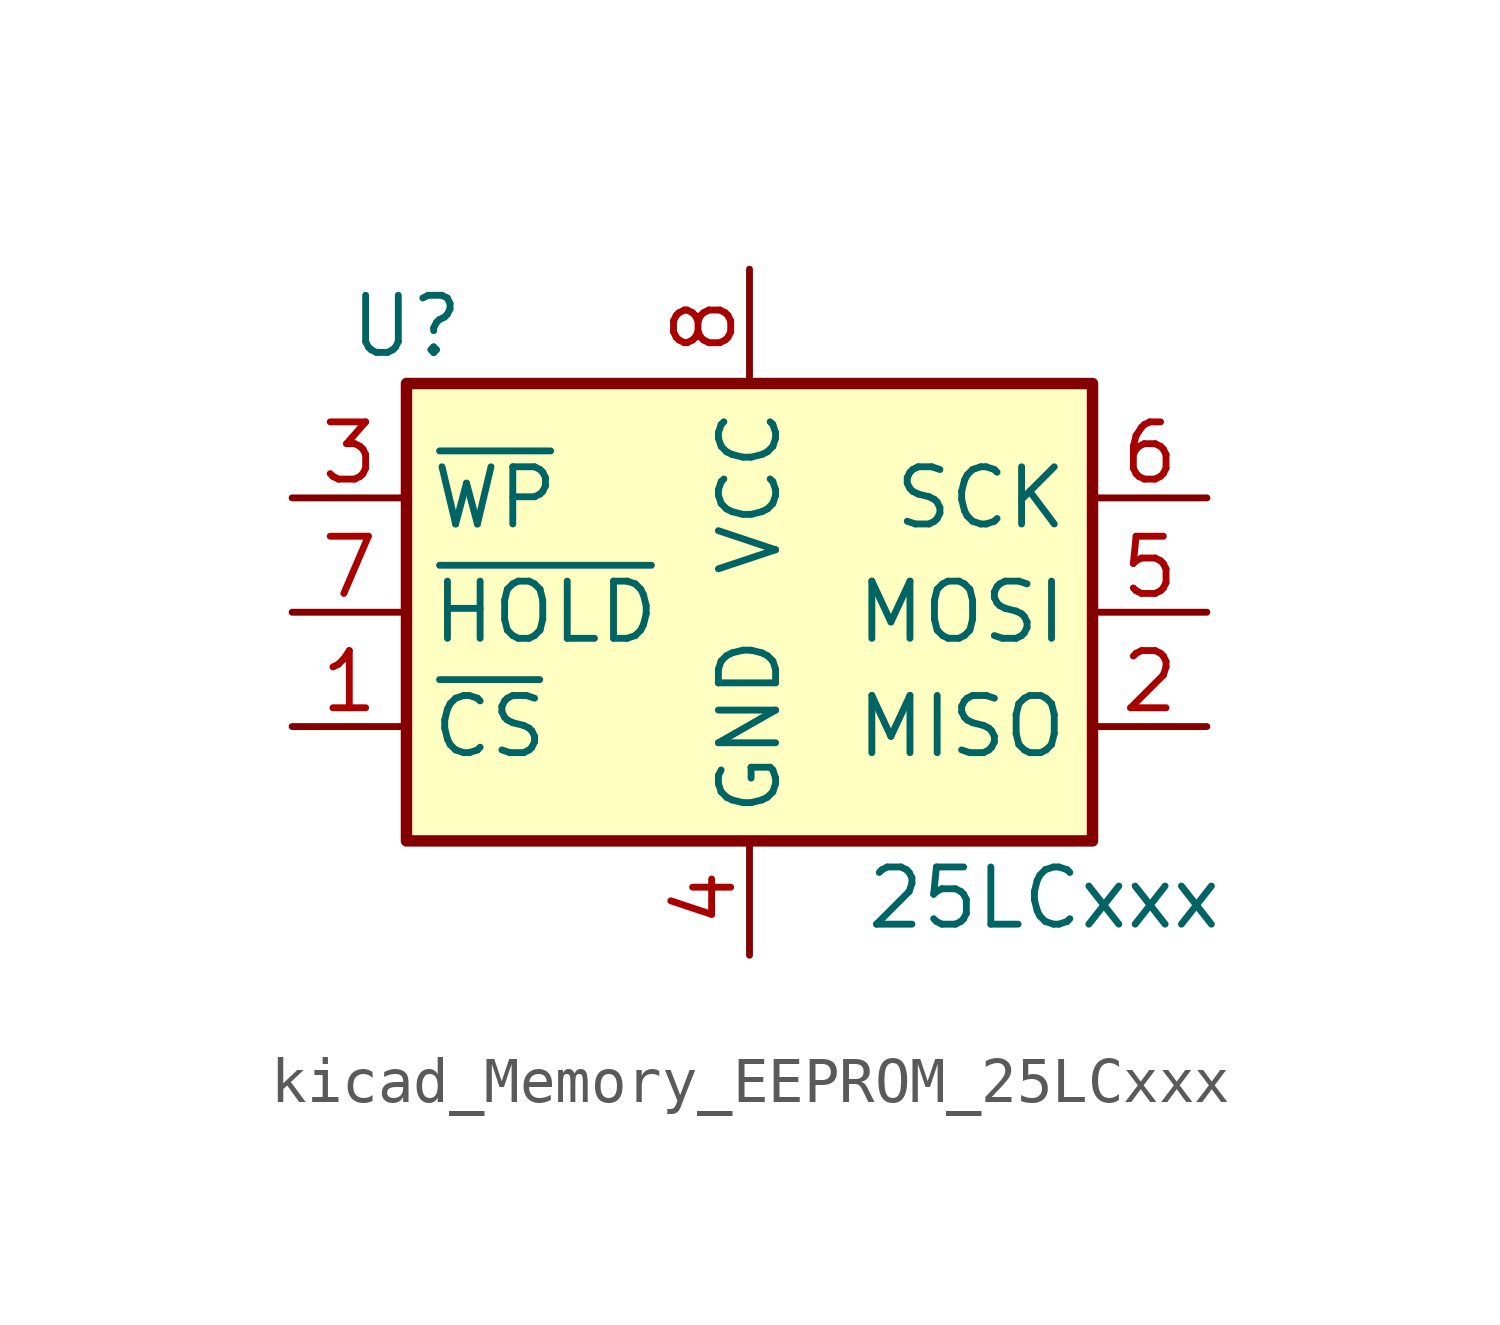
<source format=kicad_sym>
(kicad_symbol_lib
  (version 20220914)
  (generator kicad_symbol_editor)
  (symbol "kicad_Memory_EEPROM_25LCxxx"
    (property "Reference" "U"
      (at -7.62 6.35 0)
      (effects (font (size 1.27 1.27))))
    (property "Value" "25LCxxx"
      (at 2.54 -6.35 0)
      (effects (font (size 1.27 1.27)) (justify left)))
    (symbol "kicad_Memory_EEPROM_25LCxxx_1_1"
      (rectangle (start -7.62 5.08) (end 7.62 -5.08) (stroke (width 0.254) (type default)) (fill (type background)))
      (pin input line (at -10.16 -2.54 0) (length 2.54) (name "~{CS}" (effects (font (size 1.27 1.27)))) (number "1" (effects (font (size 1.27 1.27)))))
      (pin tri_state line (at 10.16 -2.54 180) (length 2.54) (name "MISO" (effects (font (size 1.27 1.27)))) (number "2" (effects (font (size 1.27 1.27)))))
      (pin input line (at -10.16 2.54 0) (length 2.54) (name "~{WP}" (effects (font (size 1.27 1.27)))) (number "3" (effects (font (size 1.27 1.27)))))
      (pin power_in line (at 0 -7.62 90) (length 2.54) (name "GND" (effects (font (size 1.27 1.27)))) (number "4" (effects (font (size 1.27 1.27)))))
      (pin input line (at 10.16 0 180) (length 2.54) (name "MOSI" (effects (font (size 1.27 1.27)))) (number "5" (effects (font (size 1.27 1.27)))))
      (pin input line (at 10.16 2.54 180) (length 2.54) (name "SCK" (effects (font (size 1.27 1.27)))) (number "6" (effects (font (size 1.27 1.27)))))
      (pin input line (at -10.16 0 0) (length 2.54) (name "~{HOLD}" (effects (font (size 1.27 1.27)))) (number "7" (effects (font (size 1.27 1.27)))))
      (pin power_in line (at 0 7.62 270) (length 2.54) (name "VCC" (effects (font (size 1.27 1.27)))) (number "8" (effects (font (size 1.27 1.27))))))))
</source>
